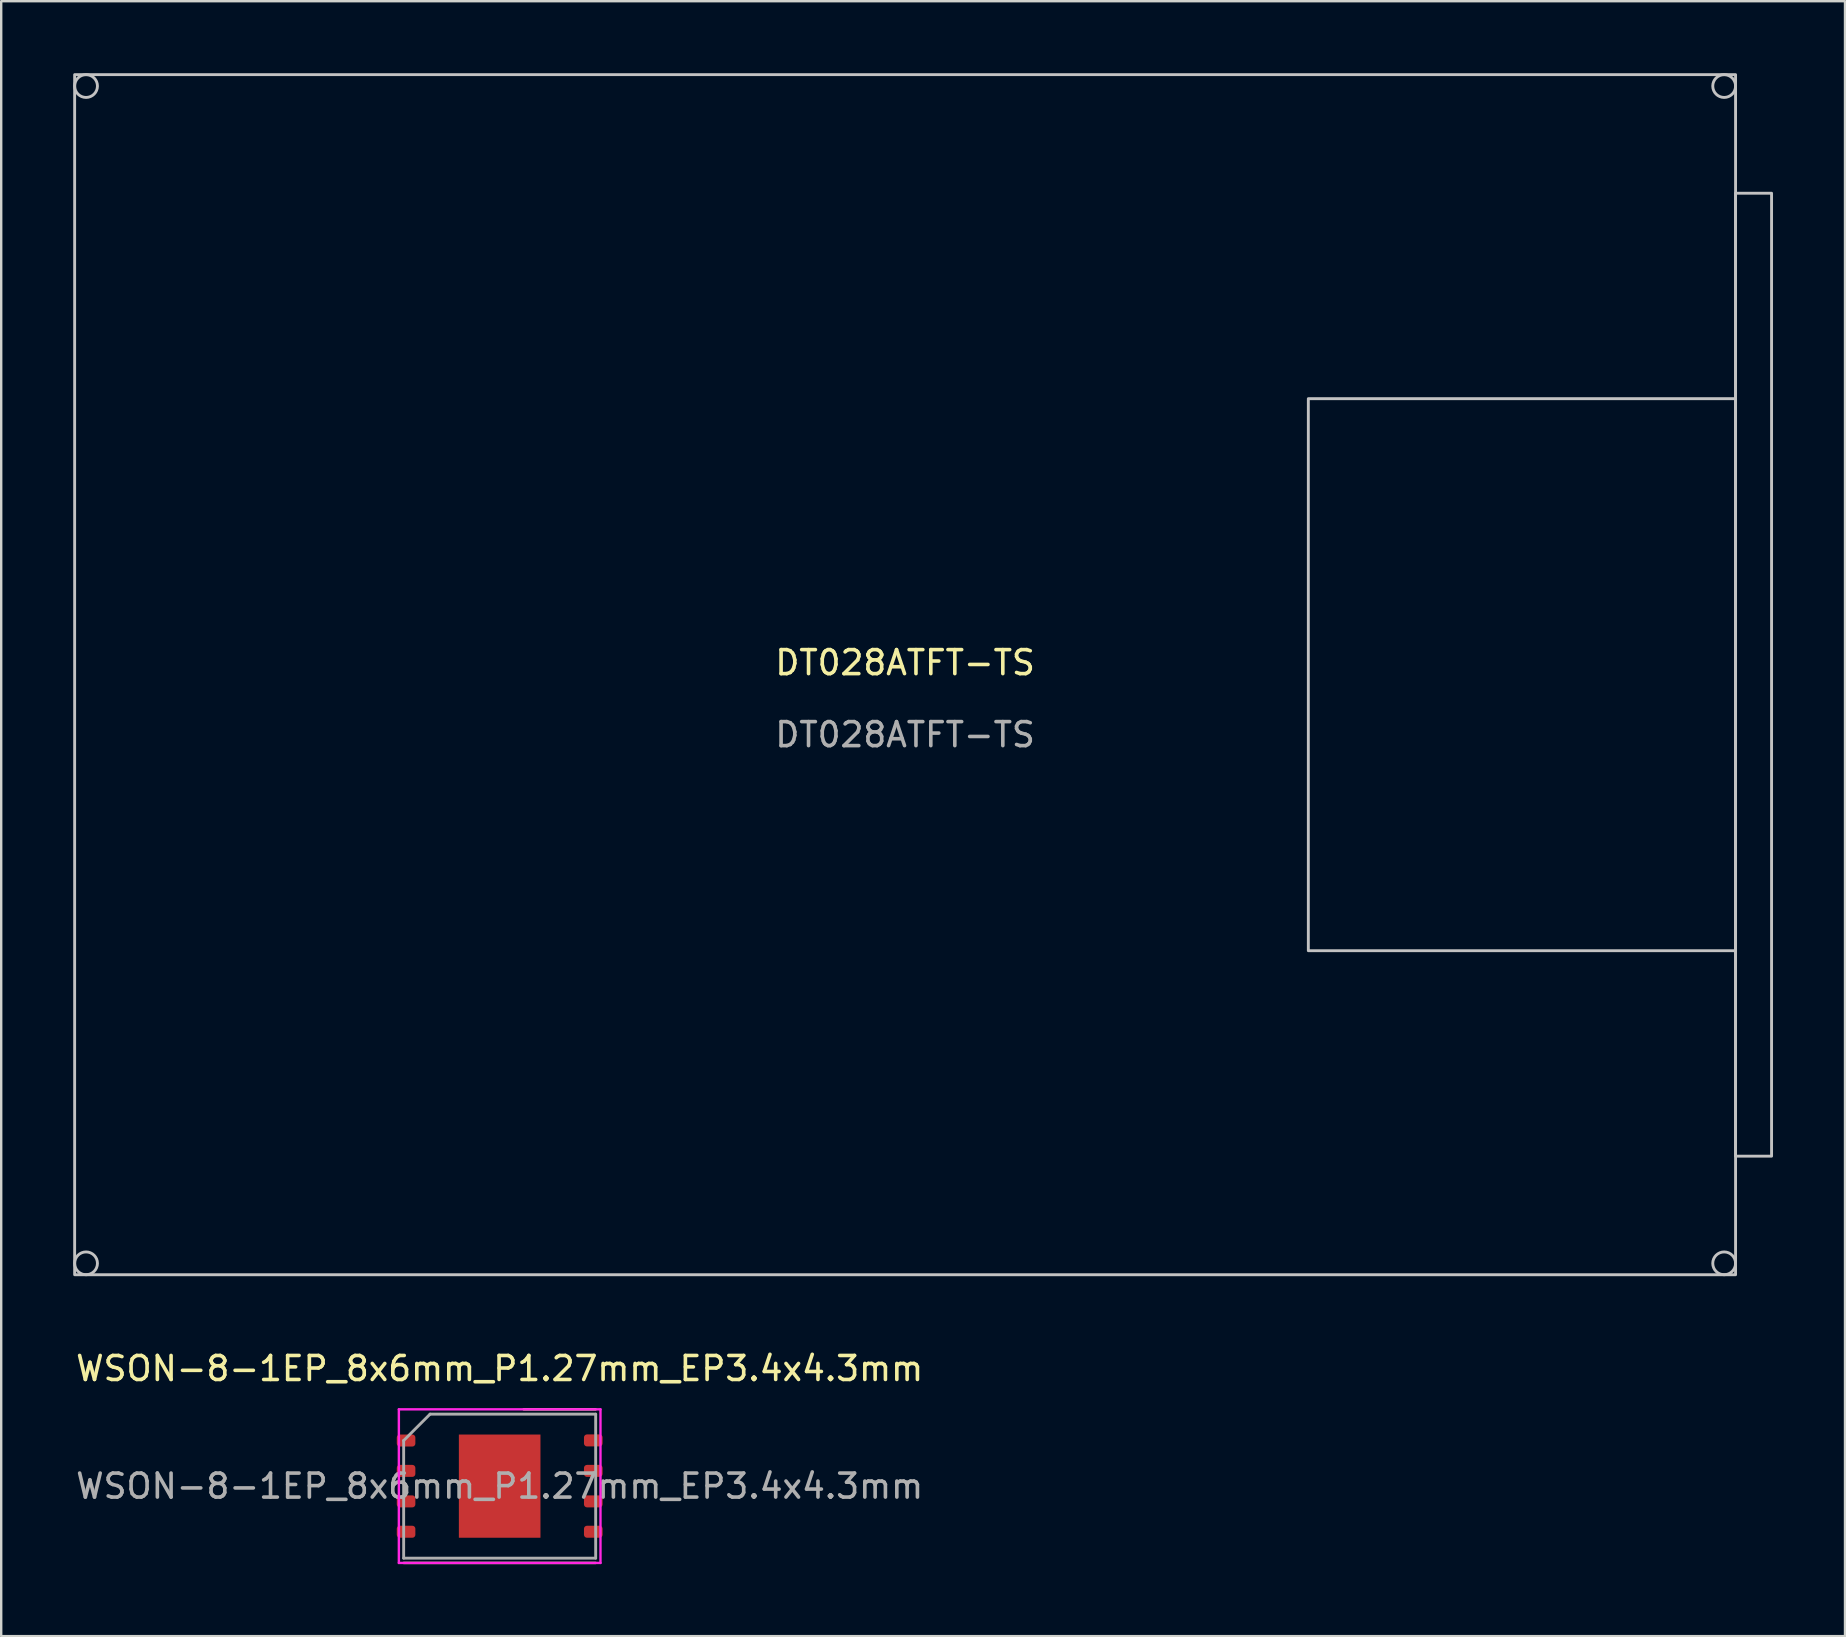
<source format=kicad_pcb>
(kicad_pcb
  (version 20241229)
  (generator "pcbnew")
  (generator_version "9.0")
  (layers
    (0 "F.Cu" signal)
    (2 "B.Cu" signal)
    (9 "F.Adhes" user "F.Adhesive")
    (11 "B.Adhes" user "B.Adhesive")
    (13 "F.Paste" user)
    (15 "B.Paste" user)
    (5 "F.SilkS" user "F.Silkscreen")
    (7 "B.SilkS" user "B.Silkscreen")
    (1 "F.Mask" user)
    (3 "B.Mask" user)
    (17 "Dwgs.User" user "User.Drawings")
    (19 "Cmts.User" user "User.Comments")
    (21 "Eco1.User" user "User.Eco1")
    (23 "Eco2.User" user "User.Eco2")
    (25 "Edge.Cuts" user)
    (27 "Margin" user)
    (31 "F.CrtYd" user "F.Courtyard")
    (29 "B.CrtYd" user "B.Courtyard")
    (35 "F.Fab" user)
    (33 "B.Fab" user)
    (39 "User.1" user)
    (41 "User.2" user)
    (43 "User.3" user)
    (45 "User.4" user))
  (footprint "DT028ATFT-TS"
    (layer "F.Cu")
    (at 34.66 25.06)
    (property "Reference" "DT028ATFT-TS" (at 0 -0.5 0) (unlocked yes) (layer "F.SilkS") (effects (font (size 1 1) (thickness 0.15))))
    (fp_rect (start -34.6 -25) (end 34.6 25) (stroke (width 0.12) (type solid)) (fill no) (layer "Dwgs.User"))
    (fp_rect (start 34.6 -20.06) (end 36.1 20.06) (stroke (width 0.12) (type solid)) (fill no) (layer "Dwgs.User"))
    (fp_rect (start 34.6 -11.5) (end 16.8 11.5) (stroke (width 0.12) (type solid)) (fill no) (layer "Dwgs.User"))
    (fp_circle (center -34.125 -24.525) (end -33.65 -24.525) (stroke (width 0.12) (type solid)) (fill no) (layer "Dwgs.User"))
    (fp_circle (center -34.125 24.525) (end -33.65 24.525) (stroke (width 0.12) (type solid)) (fill no) (layer "Dwgs.User"))
    (fp_circle (center 34.125 -24.525) (end 34.6 -24.525) (stroke (width 0.12) (type solid)) (fill no) (layer "Dwgs.User"))
    (fp_circle (center 34.125 24.525) (end 34.6 24.525) (stroke (width 0.12) (type solid)) (fill no) (layer "Dwgs.User"))
    (fp_text user "${REFERENCE}" (at 0 2.5 0) (unlocked yes) (layer "F.Fab") (effects (font (size 1 1) (thickness 0.15)))))
  (footprint "WSON-8-1EP_8x6mm_P1.27mm_EP3.4x4.3mm"
    (layer "F.Cu")
    (at 17.768 58.868)
    (property "Reference" "WSON-8-1EP_8x6mm_P1.27mm_EP3.4x4.3mm" (at 0 -4.9 0) (layer "F.SilkS") (effects (font (size 1 1) (thickness 0.15))))
    (attr smd)
    (fp_line (start -4 3.2) (end 4 3.2) (stroke (width 0.1) (type solid)) (layer "F.SilkS"))
    (fp_line (start 1 -3.2) (end 4 -3.2) (stroke (width 0.1) (type solid)) (layer "F.SilkS"))
    (fp_line (start -4.2 -3.2) (end -4.2 3.2) (stroke (width 0.1) (type solid)) (layer "F.CrtYd"))
    (fp_line (start -4.2 3.2) (end 4.2 3.2) (stroke (width 0.1) (type solid)) (layer "F.CrtYd"))
    (fp_line (start 4.2 -3.2) (end -4.2 -3.2) (stroke (width 0.1) (type solid)) (layer "F.CrtYd"))
    (fp_line (start 4.2 3.2) (end 4.2 -3.2) (stroke (width 0.1) (type solid)) (layer "F.CrtYd"))
    (fp_line (start -4 -1.9) (end -2.9 -3) (stroke (width 0.12) (type solid)) (layer "F.Fab"))
    (fp_line (start -4 3) (end -4 -1.9) (stroke (width 0.12) (type solid)) (layer "F.Fab"))
    (fp_line (start -2.9 -3) (end 4 -3) (stroke (width 0.12) (type solid)) (layer "F.Fab"))
    (fp_line (start 4 -3) (end 4 3) (stroke (width 0.12) (type solid)) (layer "F.Fab"))
    (fp_line (start 4 3) (end -4 3) (stroke (width 0.12) (type solid)) (layer "F.Fab"))
    (fp_text user "${REFERENCE}" (at 0 0 0) (layer "F.Fab") (effects (font (size 1 1) (thickness 0.15))))
    (pad "" smd roundrect (at -0.85 -1) (size 1.37 1.61) (layers "F.Paste") (roundrect_rratio 0.182))
    (pad "" smd roundrect (at -0.85 1) (size 1.37 1.61) (layers "F.Paste") (roundrect_rratio 0.182))
    (pad "" smd roundrect (at 0.85 -1) (size 1.37 1.61) (layers "F.Paste") (roundrect_rratio 0.182))
    (pad "" smd roundrect (at 0.85 1) (size 1.37 1.61) (layers "F.Paste") (roundrect_rratio 0.182))
    (pad "1" smd roundrect (at -3.9 -1.9) (size 0.775 0.5) (layers "F.Cu" "F.Mask" "F.Paste") (roundrect_rratio 0.25))
    (pad "2" smd roundrect (at -3.9 -0.635) (size 0.775 0.5) (layers "F.Cu" "F.Mask" "F.Paste") (roundrect_rratio 0.25))
    (pad "3" smd roundrect (at -3.9 0.635) (size 0.775 0.5) (layers "F.Cu" "F.Mask" "F.Paste") (roundrect_rratio 0.25))
    (pad "4" smd roundrect (at -3.9 1.9) (size 0.775 0.5) (layers "F.Cu" "F.Mask" "F.Paste") (roundrect_rratio 0.25))
    (pad "5" smd roundrect (at 3.9 1.9) (size 0.775 0.5) (layers "F.Cu" "F.Mask" "F.Paste") (roundrect_rratio 0.25))
    (pad "6" smd roundrect (at 3.9 0.635) (size 0.775 0.5) (layers "F.Cu" "F.Mask" "F.Paste") (roundrect_rratio 0.25))
    (pad "7" smd roundrect (at 3.9 -0.635) (size 0.775 0.5) (layers "F.Cu" "F.Mask" "F.Paste") (roundrect_rratio 0.25))
    (pad "8" smd roundrect (at 3.9 -1.905) (size 0.775 0.5) (layers "F.Cu" "F.Mask" "F.Paste") (roundrect_rratio 0.25))
    (pad "9" smd rect (at 0 0) (size 3.4 4.3) (layers "F.Cu" "F.Mask")))
  (gr_rect
    (start -3 -3)
    (end 73.82 65.118)
    (stroke (width 0.1) (type default))
    (fill no)
    (layer "Edge.Cuts")))
</source>
